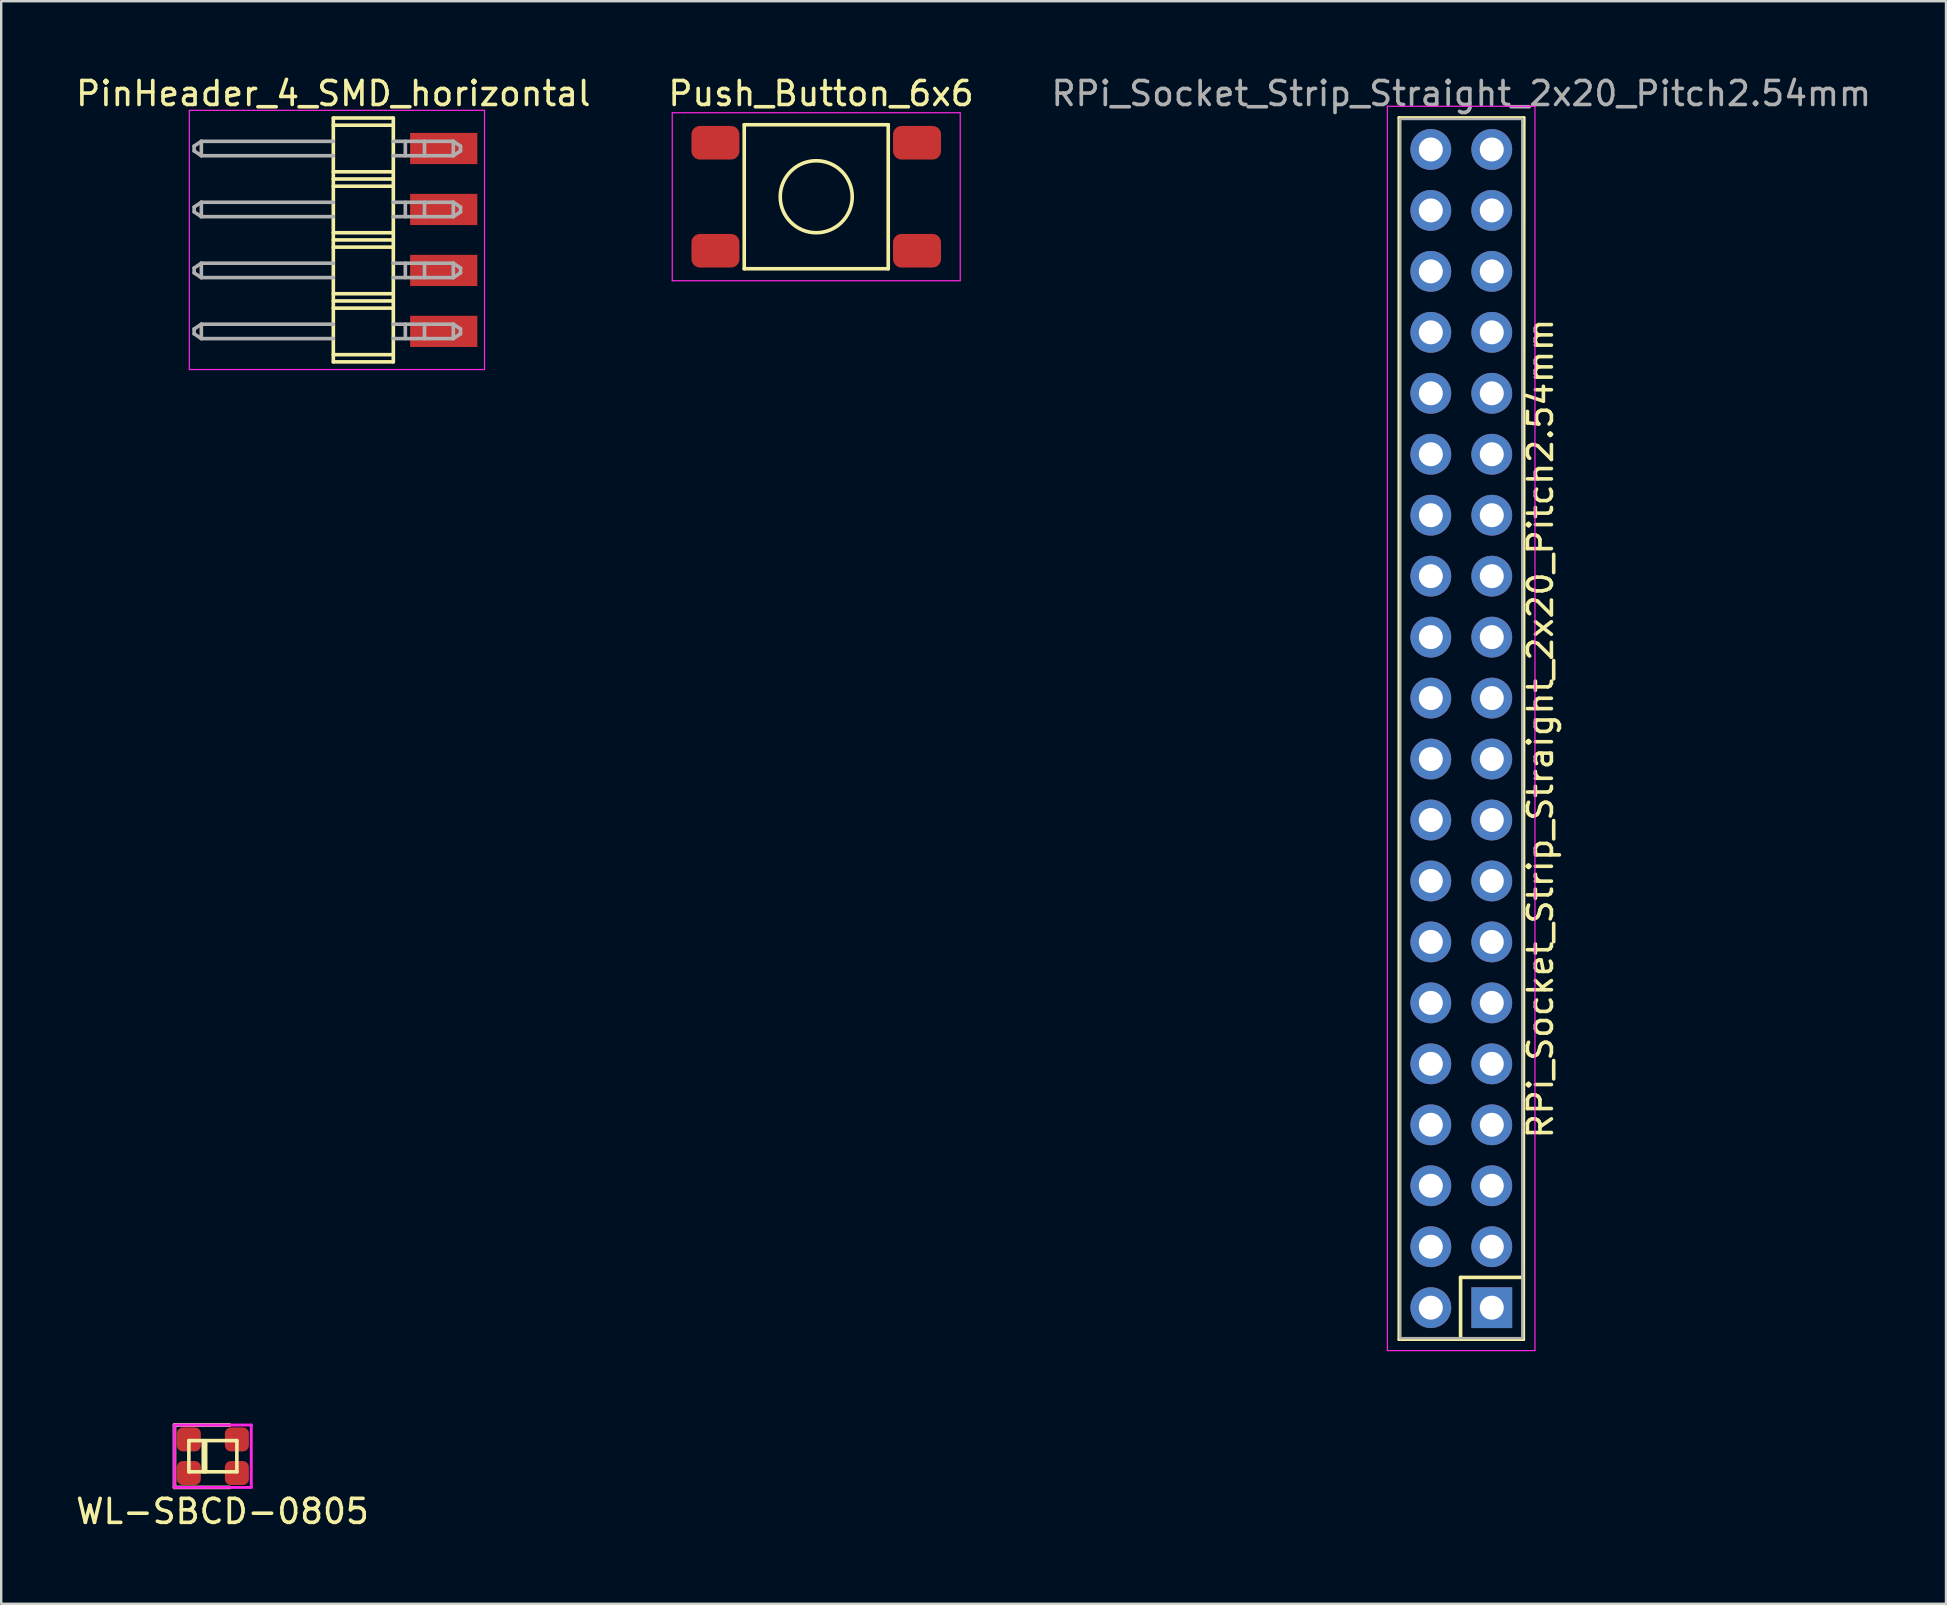
<source format=kicad_pcb>
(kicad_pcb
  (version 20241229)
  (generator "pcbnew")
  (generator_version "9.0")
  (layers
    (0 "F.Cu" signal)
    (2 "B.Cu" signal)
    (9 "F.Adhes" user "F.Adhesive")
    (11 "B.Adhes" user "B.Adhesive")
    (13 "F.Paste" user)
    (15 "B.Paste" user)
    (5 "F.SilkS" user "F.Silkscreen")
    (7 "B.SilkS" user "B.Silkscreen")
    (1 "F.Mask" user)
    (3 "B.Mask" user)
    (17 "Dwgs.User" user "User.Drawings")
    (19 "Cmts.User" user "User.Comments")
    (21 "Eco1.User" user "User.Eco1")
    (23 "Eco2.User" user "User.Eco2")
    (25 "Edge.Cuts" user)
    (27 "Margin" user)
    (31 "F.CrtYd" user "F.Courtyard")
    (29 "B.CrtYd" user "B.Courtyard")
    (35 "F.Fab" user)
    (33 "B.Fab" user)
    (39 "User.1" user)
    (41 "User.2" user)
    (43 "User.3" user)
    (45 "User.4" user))
  (footprint "WL-SBCD-0805"
    (layer "F.Cu")
    (at 5.82 57.628)
    (property "Reference" "WL-SBCD-0805" (at 0.4 2.3 0) (layer "F.SilkS") (effects (font (size 1 1) (thickness 0.15))))
    (attr through_hole)
    (fp_line (start -1.6 -1.3) (end -1.6 1.3) (stroke (width 0.15) (type solid)) (layer "F.SilkS"))
    (fp_line (start -1.6 1.3) (end 0.7 1.3) (stroke (width 0.15) (type solid)) (layer "F.SilkS"))
    (fp_line (start -1 -0.65) (end -1 0.65) (stroke (width 0.15) (type solid)) (layer "F.SilkS"))
    (fp_line (start -1 -0.65) (end 1 -0.65) (stroke (width 0.15) (type solid)) (layer "F.SilkS"))
    (fp_line (start -1 0.65) (end 1 0.65) (stroke (width 0.15) (type solid)) (layer "F.SilkS"))
    (fp_line (start -0.4 -0.65) (end -0.4 0.65) (stroke (width 0.15) (type solid)) (layer "F.SilkS"))
    (fp_line (start -0.3 -0.65) (end -0.3 0.65) (stroke (width 0.15) (type solid)) (layer "F.SilkS"))
    (fp_line (start 0.7 -1.3) (end -1.6 -1.3) (stroke (width 0.15) (type solid)) (layer "F.SilkS"))
    (fp_line (start 1 -0.65) (end 1 0.65) (stroke (width 0.15) (type solid)) (layer "F.SilkS"))
    (fp_line (start -1.6 -1.3) (end 1.6 -1.3) (stroke (width 0.12) (type solid)) (layer "F.CrtYd"))
    (fp_line (start -1.6 1.3) (end -1.6 -1.3) (stroke (width 0.12) (type solid)) (layer "F.CrtYd"))
    (fp_line (start 1.6 -1.3) (end 1.6 1.3) (stroke (width 0.12) (type solid)) (layer "F.CrtYd"))
    (fp_line (start 1.6 1.3) (end -1.6 1.3) (stroke (width 0.12) (type solid)) (layer "F.CrtYd"))
    (pad "1" smd roundrect (at -1 -0.7) (size 1 1) (layers "F.Cu" "F.Mask" "F.Paste") (roundrect_rratio 0.25))
    (pad "2" smd roundrect (at -1 0.7) (size 1 1) (layers "F.Cu" "F.Mask" "F.Paste") (roundrect_rratio 0.25))
    (pad "3" smd roundrect (at 1 0.7) (size 1 1) (layers "F.Cu" "F.Mask" "F.Paste") (roundrect_rratio 0.25))
    (pad "4" smd roundrect (at 1 -0.7) (size 1 1) (layers "F.Cu" "F.Mask" "F.Paste") (roundrect_rratio 0.25)))
  (footprint "PinHeader_4_SMD_horizontal"
    (layer "F.Cu")
    (at 10.839 6.948)
    (property "Reference" "PinHeader_4_SMD_horizontal" (at 0 -6.1 0) (layer "F.SilkS") (effects (font (size 1 1) (thickness 0.15))))
    (attr through_hole)
    (fp_line (start 0 -5.08) (end 0 5.08) (stroke (width 0.15) (type solid)) (layer "F.SilkS"))
    (fp_line (start 2.5 -5.08) (end 0 -5.08) (stroke (width 0.15) (type solid)) (layer "F.SilkS"))
    (fp_line (start 2.5 -4.78) (end 0 -4.78) (stroke (width 0.15) (type solid)) (layer "F.SilkS"))
    (fp_line (start 2.5 -2.84) (end 0 -2.84) (stroke (width 0.15) (type solid)) (layer "F.SilkS"))
    (fp_line (start 2.5 -2.54) (end 0 -2.54) (stroke (width 0.15) (type solid)) (layer "F.SilkS"))
    (fp_line (start 2.5 -2.24) (end 0 -2.24) (stroke (width 0.15) (type solid)) (layer "F.SilkS"))
    (fp_line (start 2.5 -0.3) (end 0 -0.3) (stroke (width 0.15) (type solid)) (layer "F.SilkS"))
    (fp_line (start 2.5 0) (end 0 0) (stroke (width 0.15) (type solid)) (layer "F.SilkS"))
    (fp_line (start 2.5 0.3) (end 0 0.3) (stroke (width 0.15) (type solid)) (layer "F.SilkS"))
    (fp_line (start 2.5 2.24) (end 0 2.24) (stroke (width 0.15) (type solid)) (layer "F.SilkS"))
    (fp_line (start 2.5 2.54) (end 0 2.54) (stroke (width 0.15) (type solid)) (layer "F.SilkS"))
    (fp_line (start 2.5 2.84) (end 0 2.84) (stroke (width 0.15) (type solid)) (layer "F.SilkS"))
    (fp_line (start 2.5 4.78) (end 0 4.78) (stroke (width 0.15) (type solid)) (layer "F.SilkS"))
    (fp_line (start 2.5 5.08) (end 0 5.08) (stroke (width 0.15) (type solid)) (layer "F.SilkS"))
    (fp_line (start 2.5 5.08) (end 2.5 -5.08) (stroke (width 0.15) (type solid)) (layer "F.SilkS"))
    (fp_line (start -6 -5.4) (end -6 5.4) (stroke (width 0.05) (type solid)) (layer "F.CrtYd"))
    (fp_line (start 6.3 -5.4) (end -6 -5.4) (stroke (width 0.05) (type solid)) (layer "F.CrtYd"))
    (fp_line (start 6.3 5.4) (end -6 5.4) (stroke (width 0.05) (type solid)) (layer "F.CrtYd"))
    (fp_line (start 6.3 5.4) (end 6.3 -5.4) (stroke (width 0.05) (type solid)) (layer "F.CrtYd"))
    (fp_line (start -5.8 -3.91) (end -5.8 -3.71) (stroke (width 0.15) (type solid)) (layer "F.Fab"))
    (fp_line (start -5.8 -3.91) (end -5.5 -4.11) (stroke (width 0.15) (type solid)) (layer "F.Fab"))
    (fp_line (start -5.8 -3.71) (end -5.5 -3.51) (stroke (width 0.15) (type solid)) (layer "F.Fab"))
    (fp_line (start -5.8 -1.37) (end -5.8 -1.17) (stroke (width 0.15) (type solid)) (layer "F.Fab"))
    (fp_line (start -5.8 -1.37) (end -5.5 -1.57) (stroke (width 0.15) (type solid)) (layer "F.Fab"))
    (fp_line (start -5.8 -1.17) (end -5.5 -0.97) (stroke (width 0.15) (type solid)) (layer "F.Fab"))
    (fp_line (start -5.8 1.17) (end -5.8 1.37) (stroke (width 0.15) (type solid)) (layer "F.Fab"))
    (fp_line (start -5.8 1.17) (end -5.5 0.97) (stroke (width 0.15) (type solid)) (layer "F.Fab"))
    (fp_line (start -5.8 1.37) (end -5.5 1.57) (stroke (width 0.15) (type solid)) (layer "F.Fab"))
    (fp_line (start -5.8 3.71) (end -5.8 3.91) (stroke (width 0.15) (type solid)) (layer "F.Fab"))
    (fp_line (start -5.8 3.71) (end -5.5 3.51) (stroke (width 0.15) (type solid)) (layer "F.Fab"))
    (fp_line (start -5.8 3.91) (end -5.5 4.11) (stroke (width 0.15) (type solid)) (layer "F.Fab"))
    (fp_line (start -5.5 -4.11) (end -5.5 -3.51) (stroke (width 0.15) (type solid)) (layer "F.Fab"))
    (fp_line (start -5.5 -3.51) (end 0 -3.51) (stroke (width 0.15) (type solid)) (layer "F.Fab"))
    (fp_line (start -5.5 -1.57) (end -5.5 -0.97) (stroke (width 0.15) (type solid)) (layer "F.Fab"))
    (fp_line (start -5.5 -0.97) (end 0 -0.97) (stroke (width 0.15) (type solid)) (layer "F.Fab"))
    (fp_line (start -5.5 0.97) (end -5.5 1.57) (stroke (width 0.15) (type solid)) (layer "F.Fab"))
    (fp_line (start -5.5 1.57) (end 0 1.57) (stroke (width 0.15) (type solid)) (layer "F.Fab"))
    (fp_line (start -5.5 3.51) (end -5.5 4.11) (stroke (width 0.15) (type solid)) (layer "F.Fab"))
    (fp_line (start -5.5 4.11) (end 0 4.11) (stroke (width 0.15) (type solid)) (layer "F.Fab"))
    (fp_line (start 0 -4.11) (end -5.5 -4.11) (stroke (width 0.15) (type solid)) (layer "F.Fab"))
    (fp_line (start 0 -1.57) (end -5.5 -1.57) (stroke (width 0.15) (type solid)) (layer "F.Fab"))
    (fp_line (start 0 0.97) (end -5.5 0.97) (stroke (width 0.15) (type solid)) (layer "F.Fab"))
    (fp_line (start 0 3.51) (end -5.5 3.51) (stroke (width 0.15) (type solid)) (layer "F.Fab"))
    (fp_line (start 3 -4.11) (end 3 -3.51) (stroke (width 0.15) (type solid)) (layer "F.Fab"))
    (fp_line (start 3 -1.57) (end 3 -0.97) (stroke (width 0.15) (type solid)) (layer "F.Fab"))
    (fp_line (start 3 0.97) (end 3 1.57) (stroke (width 0.15) (type solid)) (layer "F.Fab"))
    (fp_line (start 3 3.51) (end 3 4.11) (stroke (width 0.15) (type solid)) (layer "F.Fab"))
    (fp_line (start 3.8 -4.11) (end 3.8 -3.51) (stroke (width 0.15) (type solid)) (layer "F.Fab"))
    (fp_line (start 3.8 -1.57) (end 3.8 -0.97) (stroke (width 0.15) (type solid)) (layer "F.Fab"))
    (fp_line (start 3.8 0.97) (end 3.8 1.57) (stroke (width 0.15) (type solid)) (layer "F.Fab"))
    (fp_line (start 3.8 3.51) (end 3.8 4.11) (stroke (width 0.15) (type solid)) (layer "F.Fab"))
    (fp_line (start 5 -4.11) (end 2.5 -4.11) (stroke (width 0.15) (type solid)) (layer "F.Fab"))
    (fp_line (start 5 -4.11) (end 5 -3.51) (stroke (width 0.15) (type solid)) (layer "F.Fab"))
    (fp_line (start 5 -3.51) (end 2.5 -3.51) (stroke (width 0.15) (type solid)) (layer "F.Fab"))
    (fp_line (start 5 -1.57) (end 2.5 -1.57) (stroke (width 0.15) (type solid)) (layer "F.Fab"))
    (fp_line (start 5 -1.57) (end 5 -0.97) (stroke (width 0.15) (type solid)) (layer "F.Fab"))
    (fp_line (start 5 -0.97) (end 2.5 -0.97) (stroke (width 0.15) (type solid)) (layer "F.Fab"))
    (fp_line (start 5 0.97) (end 2.5 0.97) (stroke (width 0.15) (type solid)) (layer "F.Fab"))
    (fp_line (start 5 0.97) (end 5 1.57) (stroke (width 0.15) (type solid)) (layer "F.Fab"))
    (fp_line (start 5 1.57) (end 2.5 1.57) (stroke (width 0.15) (type solid)) (layer "F.Fab"))
    (fp_line (start 5 3.51) (end 2.5 3.51) (stroke (width 0.15) (type solid)) (layer "F.Fab"))
    (fp_line (start 5 3.51) (end 5 4.11) (stroke (width 0.15) (type solid)) (layer "F.Fab"))
    (fp_line (start 5 4.11) (end 2.5 4.11) (stroke (width 0.15) (type solid)) (layer "F.Fab"))
    (fp_line (start 5.3 -3.91) (end 5 -4.11) (stroke (width 0.15) (type solid)) (layer "F.Fab"))
    (fp_line (start 5.3 -3.91) (end 5.3 -3.71) (stroke (width 0.15) (type solid)) (layer "F.Fab"))
    (fp_line (start 5.3 -3.71) (end 5 -3.51) (stroke (width 0.15) (type solid)) (layer "F.Fab"))
    (fp_line (start 5.3 -1.37) (end 5 -1.57) (stroke (width 0.15) (type solid)) (layer "F.Fab"))
    (fp_line (start 5.3 -1.37) (end 5.3 -1.17) (stroke (width 0.15) (type solid)) (layer "F.Fab"))
    (fp_line (start 5.3 -1.17) (end 5 -0.97) (stroke (width 0.15) (type solid)) (layer "F.Fab"))
    (fp_line (start 5.3 1.17) (end 5 0.97) (stroke (width 0.15) (type solid)) (layer "F.Fab"))
    (fp_line (start 5.3 1.17) (end 5.3 1.37) (stroke (width 0.15) (type solid)) (layer "F.Fab"))
    (fp_line (start 5.3 1.37) (end 5 1.57) (stroke (width 0.15) (type solid)) (layer "F.Fab"))
    (fp_line (start 5.3 3.71) (end 5 3.51) (stroke (width 0.15) (type solid)) (layer "F.Fab"))
    (fp_line (start 5.3 3.71) (end 5.3 3.91) (stroke (width 0.15) (type solid)) (layer "F.Fab"))
    (fp_line (start 5.3 3.91) (end 5 4.11) (stroke (width 0.15) (type solid)) (layer "F.Fab"))
    (pad "1" smd rect (at 4.6 -3.81) (size 2.8 1.3) (layers "F.Cu" "F.Mask" "F.Paste"))
    (pad "2" smd rect (at 4.6 -1.27) (size 2.8 1.3) (layers "F.Cu" "F.Mask" "F.Paste"))
    (pad "3" smd rect (at 4.6 1.27) (size 2.8 1.3) (layers "F.Cu" "F.Mask" "F.Paste"))
    (pad "4" smd rect (at 4.6 3.81) (size 2.8 1.3) (layers "F.Cu" "F.Mask" "F.Paste")))
  (footprint "Push_Button_6x6"
    (layer "F.Cu")
    (at 30.961 5.148)
    (property "Reference" "Push_Button_6x6" (at 0.2 -4.3 180) (layer "F.SilkS") (effects (font (size 1 1) (thickness 0.15))))
    (attr through_hole)
    (fp_line (start -3 -3) (end 3 -3) (stroke (width 0.15) (type solid)) (layer "F.SilkS"))
    (fp_line (start -3 3) (end -3 -3) (stroke (width 0.15) (type solid)) (layer "F.SilkS"))
    (fp_line (start 3 -3) (end 3 3) (stroke (width 0.15) (type solid)) (layer "F.SilkS"))
    (fp_line (start 3 3) (end -3 3) (stroke (width 0.15) (type solid)) (layer "F.SilkS"))
    (fp_circle (center 0 0) (end 0 -1.5) (stroke (width 0.15) (type solid)) (fill no) (layer "F.SilkS"))
    (fp_line (start -6 -3.5) (end 6 -3.5) (stroke (width 0.05) (type solid)) (layer "F.CrtYd"))
    (fp_line (start -6 3.5) (end -6 -3.5) (stroke (width 0.05) (type solid)) (layer "F.CrtYd"))
    (fp_line (start 6 -3.5) (end 6 3.5) (stroke (width 0.05) (type solid)) (layer "F.CrtYd"))
    (fp_line (start 6 3.5) (end -6 3.5) (stroke (width 0.05) (type solid)) (layer "F.CrtYd"))
    (pad "1" smd roundrect (at -4.2 -2.25 90) (size 1.4 2) (layers "F.Cu" "F.Mask" "F.Paste") (roundrect_rratio 0.25))
    (pad "1" smd roundrect (at 4.2 -2.25 90) (size 1.4 2) (layers "F.Cu" "F.Mask" "F.Paste") (roundrect_rratio 0.25))
    (pad "2" smd roundrect (at -4.2 2.25 90) (size 1.4 2) (layers "F.Cu" "F.Mask" "F.Paste") (roundrect_rratio 0.25))
    (pad "2" smd roundrect (at 4.2 2.25 90) (size 1.4 2) (layers "F.Cu" "F.Mask" "F.Paste") (roundrect_rratio 0.25)))
  (footprint "RPi_Socket_Strip_Straight_2x20_Pitch2.54mm"
    (layer "F.Cu")
    (at 59.109 3.178)
    (property "Reference" "RPi_Socket_Strip_Straight_2x20_Pitch2.54mm" (at 2.03 24.13 90) (layer "F.SilkS") (effects (font (size 1 1) (thickness 0.15))))
    (attr through_hole)
    (fp_line (start -3.87 -1.33) (end 1.34 -1.33) (stroke (width 0.12) (type solid)) (layer "F.SilkS"))
    (fp_line (start -3.87 49.59) (end -3.87 -1.33) (stroke (width 0.12) (type solid)) (layer "F.SilkS"))
    (fp_line (start -1.3 47) (end 1.3 47) (stroke (width 0.15) (type solid)) (layer "F.SilkS"))
    (fp_line (start -1.3 49.5) (end -1.3 47) (stroke (width 0.15) (type solid)) (layer "F.SilkS"))
    (fp_line (start 1.33 49.59) (end -3.87 49.59) (stroke (width 0.12) (type solid)) (layer "F.SilkS"))
    (fp_line (start 1.35 -1.33) (end 1.33 49.59) (stroke (width 0.12) (type solid)) (layer "F.SilkS"))
    (fp_line (start -4.35 -1.8) (end -4.35 50.05) (stroke (width 0.05) (type solid)) (layer "F.CrtYd"))
    (fp_line (start -4.35 50.05) (end 1.8 50.05) (stroke (width 0.05) (type solid)) (layer "F.CrtYd"))
    (fp_line (start 1.8 -1.8) (end -4.35 -1.8) (stroke (width 0.05) (type solid)) (layer "F.CrtYd"))
    (fp_line (start 1.8 50.05) (end 1.8 -1.8) (stroke (width 0.05) (type solid)) (layer "F.CrtYd"))
    (fp_line (start -3.81 -1.27) (end -3.81 49.53) (stroke (width 0.1) (type solid)) (layer "F.Fab"))
    (fp_line (start -3.81 49.53) (end 1.27 49.53) (stroke (width 0.1) (type solid)) (layer "F.Fab"))
    (fp_line (start 1.27 -1.27) (end -3.81 -1.27) (stroke (width 0.1) (type solid)) (layer "F.Fab"))
    (fp_line (start 1.27 49.53) (end 1.27 -1.27) (stroke (width 0.1) (type solid)) (layer "F.Fab"))
    (fp_text user "${REFERENCE}" (at -1.27 -2.33 0) (layer "F.Fab") (effects (font (size 1 1) (thickness 0.15))))
    (pad "1" thru_hole rect (at 0 48.26) (size 1.7 1.7) (drill 1) (layers "*.Cu" "*.Mask"))
    (pad "2" thru_hole oval (at -2.54 48.26) (size 1.7 1.7) (drill 1) (layers "*.Cu" "*.Mask"))
    (pad "3" thru_hole oval (at 0 45.72) (size 1.7 1.7) (drill 1) (layers "*.Cu" "*.Mask"))
    (pad "4" thru_hole oval (at -2.54 45.72) (size 1.7 1.7) (drill 1) (layers "*.Cu" "*.Mask"))
    (pad "5" thru_hole oval (at 0 43.18) (size 1.7 1.7) (drill 1) (layers "*.Cu" "*.Mask"))
    (pad "6" thru_hole oval (at -2.54 43.18) (size 1.7 1.7) (drill 1) (layers "*.Cu" "*.Mask"))
    (pad "7" thru_hole oval (at 0 40.64) (size 1.7 1.7) (drill 1) (layers "*.Cu" "*.Mask"))
    (pad "8" thru_hole oval (at -2.54 40.64) (size 1.7 1.7) (drill 1) (layers "*.Cu" "*.Mask"))
    (pad "9" thru_hole oval (at 0 38.1) (size 1.7 1.7) (drill 1) (layers "*.Cu" "*.Mask"))
    (pad "10" thru_hole oval (at -2.54 38.1) (size 1.7 1.7) (drill 1) (layers "*.Cu" "*.Mask"))
    (pad "11" thru_hole oval (at 0 35.56) (size 1.7 1.7) (drill 1) (layers "*.Cu" "*.Mask"))
    (pad "12" thru_hole oval (at -2.54 35.56) (size 1.7 1.7) (drill 1) (layers "*.Cu" "*.Mask"))
    (pad "13" thru_hole oval (at 0 33.02) (size 1.7 1.7) (drill 1) (layers "*.Cu" "*.Mask"))
    (pad "14" thru_hole oval (at -2.54 33.02) (size 1.7 1.7) (drill 1) (layers "*.Cu" "*.Mask"))
    (pad "15" thru_hole oval (at 0 30.48) (size 1.7 1.7) (drill 1) (layers "*.Cu" "*.Mask"))
    (pad "16" thru_hole oval (at -2.54 30.48) (size 1.7 1.7) (drill 1) (layers "*.Cu" "*.Mask"))
    (pad "17" thru_hole oval (at 0 27.94) (size 1.7 1.7) (drill 1) (layers "*.Cu" "*.Mask"))
    (pad "18" thru_hole oval (at -2.54 27.94) (size 1.7 1.7) (drill 1) (layers "*.Cu" "*.Mask"))
    (pad "19" thru_hole oval (at 0 25.4) (size 1.7 1.7) (drill 1) (layers "*.Cu" "*.Mask"))
    (pad "20" thru_hole oval (at -2.54 25.4) (size 1.7 1.7) (drill 1) (layers "*.Cu" "*.Mask"))
    (pad "21" thru_hole oval (at 0 22.86) (size 1.7 1.7) (drill 1) (layers "*.Cu" "*.Mask"))
    (pad "22" thru_hole oval (at -2.54 22.86) (size 1.7 1.7) (drill 1) (layers "*.Cu" "*.Mask"))
    (pad "23" thru_hole oval (at 0 20.32) (size 1.7 1.7) (drill 1) (layers "*.Cu" "*.Mask"))
    (pad "24" thru_hole oval (at -2.54 20.32) (size 1.7 1.7) (drill 1) (layers "*.Cu" "*.Mask"))
    (pad "25" thru_hole oval (at 0 17.78) (size 1.7 1.7) (drill 1) (layers "*.Cu" "*.Mask"))
    (pad "26" thru_hole oval (at -2.54 17.78) (size 1.7 1.7) (drill 1) (layers "*.Cu" "*.Mask"))
    (pad "27" thru_hole oval (at 0 15.24) (size 1.7 1.7) (drill 1) (layers "*.Cu" "*.Mask"))
    (pad "28" thru_hole oval (at -2.54 15.24) (size 1.7 1.7) (drill 1) (layers "*.Cu" "*.Mask"))
    (pad "29" thru_hole oval (at 0 12.7) (size 1.7 1.7) (drill 1) (layers "*.Cu" "*.Mask"))
    (pad "30" thru_hole oval (at -2.54 12.7) (size 1.7 1.7) (drill 1) (layers "*.Cu" "*.Mask"))
    (pad "31" thru_hole oval (at 0 10.16) (size 1.7 1.7) (drill 1) (layers "*.Cu" "*.Mask"))
    (pad "32" thru_hole oval (at -2.54 10.16) (size 1.7 1.7) (drill 1) (layers "*.Cu" "*.Mask"))
    (pad "33" thru_hole oval (at 0 7.62) (size 1.7 1.7) (drill 1) (layers "*.Cu" "*.Mask"))
    (pad "34" thru_hole oval (at -2.54 7.62) (size 1.7 1.7) (drill 1) (layers "*.Cu" "*.Mask"))
    (pad "35" thru_hole oval (at 0 5.08) (size 1.7 1.7) (drill 1) (layers "*.Cu" "*.Mask"))
    (pad "36" thru_hole oval (at -2.54 5.08) (size 1.7 1.7) (drill 1) (layers "*.Cu" "*.Mask"))
    (pad "37" thru_hole oval (at 0 2.54) (size 1.7 1.7) (drill 1) (layers "*.Cu" "*.Mask"))
    (pad "38" thru_hole oval (at -2.54 2.54) (size 1.7 1.7) (drill 1) (layers "*.Cu" "*.Mask"))
    (pad "39" thru_hole circle (at 0 0) (size 1.7 1.7) (drill 1) (layers "*.Cu" "*.Mask"))
    (pad "40" thru_hole oval (at -2.54 0) (size 1.7 1.7) (drill 1) (layers "*.Cu" "*.Mask")))
  (gr_rect
    (start -3 -3)
    (end 78.036 63.776)
    (stroke (width 0.1) (type default))
    (fill no)
    (layer "Edge.Cuts")))
</source>
